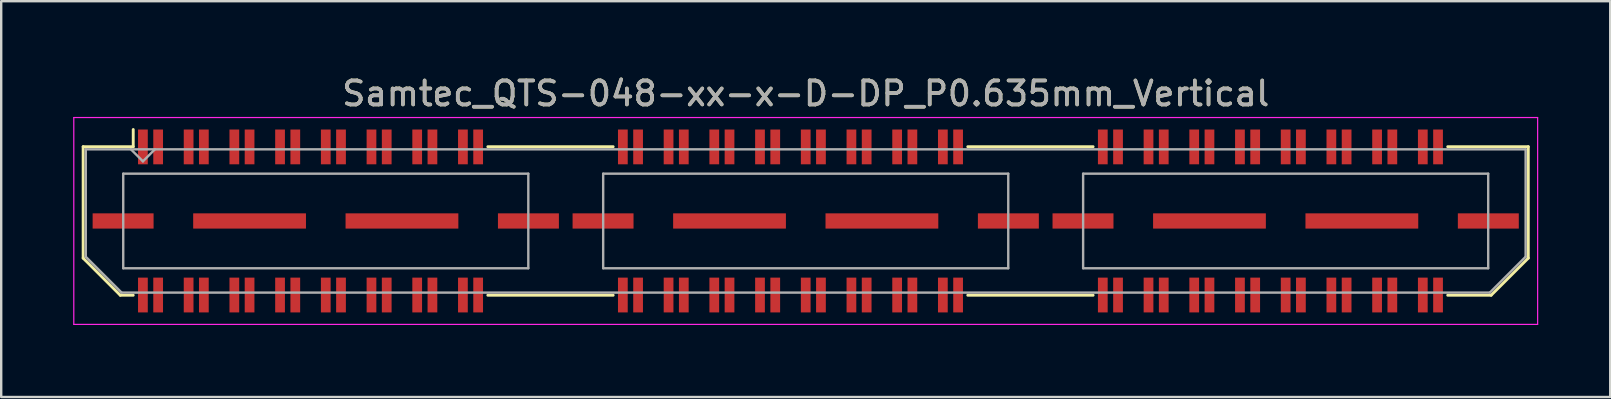
<source format=kicad_pcb>
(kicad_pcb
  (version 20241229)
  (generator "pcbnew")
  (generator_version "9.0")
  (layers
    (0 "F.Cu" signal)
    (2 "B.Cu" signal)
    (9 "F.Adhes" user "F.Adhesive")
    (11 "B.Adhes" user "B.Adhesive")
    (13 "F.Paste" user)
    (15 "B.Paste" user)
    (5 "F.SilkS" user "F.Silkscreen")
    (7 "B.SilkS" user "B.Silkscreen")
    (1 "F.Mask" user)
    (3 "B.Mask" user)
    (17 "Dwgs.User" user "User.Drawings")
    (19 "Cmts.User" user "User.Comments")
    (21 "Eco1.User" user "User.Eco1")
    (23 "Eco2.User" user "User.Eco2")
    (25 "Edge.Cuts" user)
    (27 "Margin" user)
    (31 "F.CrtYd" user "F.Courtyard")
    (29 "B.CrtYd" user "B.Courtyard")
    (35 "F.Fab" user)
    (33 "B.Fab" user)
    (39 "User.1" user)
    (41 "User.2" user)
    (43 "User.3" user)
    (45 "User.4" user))
  (footprint "Samtec_QTS-048-xx-x-D-DP_P0.635mm_Vertical"
    (layer "F.Cu")
    (at 30.525 6.158)
    (property "Reference" "Samtec_QTS-048-xx-x-D-DP_P0.635mm_Vertical" (at 0 -5.31 0) (layer "F.SilkS") (effects (font (size 1 1) (thickness 0.15))))
    (attr smd)
    (fp_line (start -30.11 -3.095) (end -30.11 1.548) (stroke (width 0.12) (type solid)) (layer "F.SilkS"))
    (fp_line (start -30.11 1.548) (end -28.562 3.095) (stroke (width 0.12) (type solid)) (layer "F.SilkS"))
    (fp_line (start -28.562 3.095) (end -28.023 3.095) (stroke (width 0.12) (type solid)) (layer "F.SilkS"))
    (fp_line (start -28.023 -3.811) (end -28.023 -3.095) (stroke (width 0.12) (type solid)) (layer "F.SilkS"))
    (fp_line (start -28.023 -3.095) (end -30.11 -3.095) (stroke (width 0.12) (type solid)) (layer "F.SilkS"))
    (fp_line (start -13.247 -3.095) (end -8.023 -3.095) (stroke (width 0.12) (type solid)) (layer "F.SilkS"))
    (fp_line (start -13.247 3.095) (end -8.023 3.095) (stroke (width 0.12) (type solid)) (layer "F.SilkS"))
    (fp_line (start 6.753 -3.095) (end 11.977 -3.095) (stroke (width 0.12) (type solid)) (layer "F.SilkS"))
    (fp_line (start 6.753 3.095) (end 11.977 3.095) (stroke (width 0.12) (type solid)) (layer "F.SilkS"))
    (fp_line (start 26.753 -3.095) (end 30.11 -3.095) (stroke (width 0.12) (type solid)) (layer "F.SilkS"))
    (fp_line (start 28.562 3.095) (end 26.753 3.095) (stroke (width 0.12) (type solid)) (layer "F.SilkS"))
    (fp_line (start 30.11 -3.095) (end 30.11 1.548) (stroke (width 0.12) (type solid)) (layer "F.SilkS"))
    (fp_line (start 30.11 1.548) (end 28.562 3.095) (stroke (width 0.12) (type solid)) (layer "F.SilkS"))
    (fp_line (start -30.5 -4.31) (end -30.5 4.31) (stroke (width 0.05) (type solid)) (layer "F.CrtYd"))
    (fp_line (start -30.5 4.31) (end 30.5 4.31) (stroke (width 0.05) (type solid)) (layer "F.CrtYd"))
    (fp_line (start 30.5 -4.31) (end -30.5 -4.31) (stroke (width 0.05) (type solid)) (layer "F.CrtYd"))
    (fp_line (start 30.5 4.31) (end 30.5 -4.31) (stroke (width 0.05) (type solid)) (layer "F.CrtYd"))
    (fp_line (start -30 -2.985) (end -30 1.492) (stroke (width 0.1) (type solid)) (layer "F.Fab"))
    (fp_line (start -30 -2.985) (end 30 -2.985) (stroke (width 0.1) (type solid)) (layer "F.Fab"))
    (fp_line (start -30 1.492) (end -28.508 2.985) (stroke (width 0.1) (type solid)) (layer "F.Fab"))
    (fp_line (start -28.508 2.985) (end 28.508 2.985) (stroke (width 0.1) (type solid)) (layer "F.Fab"))
    (fp_line (start -28.44 -1.97) (end -28.44 1.97) (stroke (width 0.1) (type solid)) (layer "F.Fab"))
    (fp_line (start -28.44 1.97) (end -11.56 1.97) (stroke (width 0.1) (type solid)) (layer "F.Fab"))
    (fp_line (start -27.62 -2.485) (end -28.12 -2.985) (stroke (width 0.1) (type solid)) (layer "F.Fab"))
    (fp_line (start -27.12 -2.985) (end -27.62 -2.485) (stroke (width 0.1) (type solid)) (layer "F.Fab"))
    (fp_line (start -11.56 -1.97) (end -28.44 -1.97) (stroke (width 0.1) (type solid)) (layer "F.Fab"))
    (fp_line (start -11.56 1.97) (end -11.56 -1.97) (stroke (width 0.1) (type solid)) (layer "F.Fab"))
    (fp_line (start -8.44 -1.97) (end -8.44 1.97) (stroke (width 0.1) (type solid)) (layer "F.Fab"))
    (fp_line (start -8.44 1.97) (end 8.44 1.97) (stroke (width 0.1) (type solid)) (layer "F.Fab"))
    (fp_line (start 8.44 -1.97) (end -8.44 -1.97) (stroke (width 0.1) (type solid)) (layer "F.Fab"))
    (fp_line (start 8.44 1.97) (end 8.44 -1.97) (stroke (width 0.1) (type solid)) (layer "F.Fab"))
    (fp_line (start 11.56 -1.97) (end 11.56 1.97) (stroke (width 0.1) (type solid)) (layer "F.Fab"))
    (fp_line (start 11.56 1.97) (end 28.44 1.97) (stroke (width 0.1) (type solid)) (layer "F.Fab"))
    (fp_line (start 28.44 -1.97) (end 11.56 -1.97) (stroke (width 0.1) (type solid)) (layer "F.Fab"))
    (fp_line (start 28.44 1.97) (end 28.44 -1.97) (stroke (width 0.1) (type solid)) (layer "F.Fab"))
    (fp_line (start 30 -2.985) (end 30 1.492) (stroke (width 0.1) (type solid)) (layer "F.Fab"))
    (fp_line (start 30 1.492) (end 28.508 2.985) (stroke (width 0.1) (type solid)) (layer "F.Fab"))
    (fp_text user "${REFERENCE}" (at 0 -5.31 0) (layer "F.Fab") (effects (font (size 1 1) (thickness 0.15))))
    (pad "1" smd rect (at -27.62 -3.086) (size 0.406 1.45) (layers "F.Cu" "F.Mask" "F.Paste"))
    (pad "2" smd rect (at -27.62 3.086) (size 0.406 1.45) (layers "F.Cu" "F.Mask" "F.Paste"))
    (pad "3" smd rect (at -26.985 -3.086) (size 0.406 1.45) (layers "F.Cu" "F.Mask" "F.Paste"))
    (pad "4" smd rect (at -26.985 3.086) (size 0.406 1.45) (layers "F.Cu" "F.Mask" "F.Paste"))
    (pad "5" smd rect (at -25.715 -3.086) (size 0.406 1.45) (layers "F.Cu" "F.Mask" "F.Paste"))
    (pad "6" smd rect (at -25.715 3.086) (size 0.406 1.45) (layers "F.Cu" "F.Mask" "F.Paste"))
    (pad "7" smd rect (at -25.08 -3.086) (size 0.406 1.45) (layers "F.Cu" "F.Mask" "F.Paste"))
    (pad "8" smd rect (at -25.08 3.086) (size 0.406 1.45) (layers "F.Cu" "F.Mask" "F.Paste"))
    (pad "9" smd rect (at -23.81 -3.086) (size 0.406 1.45) (layers "F.Cu" "F.Mask" "F.Paste"))
    (pad "10" smd rect (at -23.81 3.086) (size 0.406 1.45) (layers "F.Cu" "F.Mask" "F.Paste"))
    (pad "11" smd rect (at -23.175 -3.086) (size 0.406 1.45) (layers "F.Cu" "F.Mask" "F.Paste"))
    (pad "12" smd rect (at -23.175 3.086) (size 0.406 1.45) (layers "F.Cu" "F.Mask" "F.Paste"))
    (pad "13" smd rect (at -21.905 -3.086) (size 0.406 1.45) (layers "F.Cu" "F.Mask" "F.Paste"))
    (pad "14" smd rect (at -21.905 3.086) (size 0.406 1.45) (layers "F.Cu" "F.Mask" "F.Paste"))
    (pad "15" smd rect (at -21.27 -3.086) (size 0.406 1.45) (layers "F.Cu" "F.Mask" "F.Paste"))
    (pad "16" smd rect (at -21.27 3.086) (size 0.406 1.45) (layers "F.Cu" "F.Mask" "F.Paste"))
    (pad "17" smd rect (at -20 -3.086) (size 0.406 1.45) (layers "F.Cu" "F.Mask" "F.Paste"))
    (pad "18" smd rect (at -20 3.086) (size 0.406 1.45) (layers "F.Cu" "F.Mask" "F.Paste"))
    (pad "19" smd rect (at -19.365 -3.086) (size 0.406 1.45) (layers "F.Cu" "F.Mask" "F.Paste"))
    (pad "20" smd rect (at -19.365 3.086) (size 0.406 1.45) (layers "F.Cu" "F.Mask" "F.Paste"))
    (pad "21" smd rect (at -18.095 -3.086) (size 0.406 1.45) (layers "F.Cu" "F.Mask" "F.Paste"))
    (pad "22" smd rect (at -18.095 3.086) (size 0.406 1.45) (layers "F.Cu" "F.Mask" "F.Paste"))
    (pad "23" smd rect (at -17.46 -3.086) (size 0.406 1.45) (layers "F.Cu" "F.Mask" "F.Paste"))
    (pad "24" smd rect (at -17.46 3.086) (size 0.406 1.45) (layers "F.Cu" "F.Mask" "F.Paste"))
    (pad "25" smd rect (at -16.19 -3.086) (size 0.406 1.45) (layers "F.Cu" "F.Mask" "F.Paste"))
    (pad "26" smd rect (at -16.19 3.086) (size 0.406 1.45) (layers "F.Cu" "F.Mask" "F.Paste"))
    (pad "27" smd rect (at -15.555 -3.086) (size 0.406 1.45) (layers "F.Cu" "F.Mask" "F.Paste"))
    (pad "28" smd rect (at -15.555 3.086) (size 0.406 1.45) (layers "F.Cu" "F.Mask" "F.Paste"))
    (pad "29" smd rect (at -14.285 -3.086) (size 0.406 1.45) (layers "F.Cu" "F.Mask" "F.Paste"))
    (pad "30" smd rect (at -14.285 3.086) (size 0.406 1.45) (layers "F.Cu" "F.Mask" "F.Paste"))
    (pad "31" smd rect (at -13.65 -3.086) (size 0.406 1.45) (layers "F.Cu" "F.Mask" "F.Paste"))
    (pad "32" smd rect (at -13.65 3.086) (size 0.406 1.45) (layers "F.Cu" "F.Mask" "F.Paste"))
    (pad "33" smd rect (at -7.62 -3.086) (size 0.406 1.45) (layers "F.Cu" "F.Mask" "F.Paste"))
    (pad "34" smd rect (at -7.62 3.086) (size 0.406 1.45) (layers "F.Cu" "F.Mask" "F.Paste"))
    (pad "35" smd rect (at -6.985 -3.086) (size 0.406 1.45) (layers "F.Cu" "F.Mask" "F.Paste"))
    (pad "36" smd rect (at -6.985 3.086) (size 0.406 1.45) (layers "F.Cu" "F.Mask" "F.Paste"))
    (pad "37" smd rect (at -5.715 -3.086) (size 0.406 1.45) (layers "F.Cu" "F.Mask" "F.Paste"))
    (pad "38" smd rect (at -5.715 3.086) (size 0.406 1.45) (layers "F.Cu" "F.Mask" "F.Paste"))
    (pad "39" smd rect (at -5.08 -3.086) (size 0.406 1.45) (layers "F.Cu" "F.Mask" "F.Paste"))
    (pad "40" smd rect (at -5.08 3.086) (size 0.406 1.45) (layers "F.Cu" "F.Mask" "F.Paste"))
    (pad "41" smd rect (at -3.81 -3.086) (size 0.406 1.45) (layers "F.Cu" "F.Mask" "F.Paste"))
    (pad "42" smd rect (at -3.81 3.086) (size 0.406 1.45) (layers "F.Cu" "F.Mask" "F.Paste"))
    (pad "43" smd rect (at -3.175 -3.086) (size 0.406 1.45) (layers "F.Cu" "F.Mask" "F.Paste"))
    (pad "44" smd rect (at -3.175 3.086) (size 0.406 1.45) (layers "F.Cu" "F.Mask" "F.Paste"))
    (pad "45" smd rect (at -1.905 -3.086) (size 0.406 1.45) (layers "F.Cu" "F.Mask" "F.Paste"))
    (pad "46" smd rect (at -1.905 3.086) (size 0.406 1.45) (layers "F.Cu" "F.Mask" "F.Paste"))
    (pad "47" smd rect (at -1.27 -3.086) (size 0.406 1.45) (layers "F.Cu" "F.Mask" "F.Paste"))
    (pad "48" smd rect (at -1.27 3.086) (size 0.406 1.45) (layers "F.Cu" "F.Mask" "F.Paste"))
    (pad "49" smd rect (at 0 -3.086) (size 0.406 1.45) (layers "F.Cu" "F.Mask" "F.Paste"))
    (pad "50" smd rect (at 0 3.086) (size 0.406 1.45) (layers "F.Cu" "F.Mask" "F.Paste"))
    (pad "51" smd rect (at 0.635 -3.086) (size 0.406 1.45) (layers "F.Cu" "F.Mask" "F.Paste"))
    (pad "52" smd rect (at 0.635 3.086) (size 0.406 1.45) (layers "F.Cu" "F.Mask" "F.Paste"))
    (pad "53" smd rect (at 1.905 -3.086) (size 0.406 1.45) (layers "F.Cu" "F.Mask" "F.Paste"))
    (pad "54" smd rect (at 1.905 3.086) (size 0.406 1.45) (layers "F.Cu" "F.Mask" "F.Paste"))
    (pad "55" smd rect (at 2.54 -3.086) (size 0.406 1.45) (layers "F.Cu" "F.Mask" "F.Paste"))
    (pad "56" smd rect (at 2.54 3.086) (size 0.406 1.45) (layers "F.Cu" "F.Mask" "F.Paste"))
    (pad "57" smd rect (at 3.81 -3.086) (size 0.406 1.45) (layers "F.Cu" "F.Mask" "F.Paste"))
    (pad "58" smd rect (at 3.81 3.086) (size 0.406 1.45) (layers "F.Cu" "F.Mask" "F.Paste"))
    (pad "59" smd rect (at 4.445 -3.086) (size 0.406 1.45) (layers "F.Cu" "F.Mask" "F.Paste"))
    (pad "60" smd rect (at 4.445 3.086) (size 0.406 1.45) (layers "F.Cu" "F.Mask" "F.Paste"))
    (pad "61" smd rect (at 5.715 -3.086) (size 0.406 1.45) (layers "F.Cu" "F.Mask" "F.Paste"))
    (pad "62" smd rect (at 5.715 3.086) (size 0.406 1.45) (layers "F.Cu" "F.Mask" "F.Paste"))
    (pad "63" smd rect (at 6.35 -3.086) (size 0.406 1.45) (layers "F.Cu" "F.Mask" "F.Paste"))
    (pad "64" smd rect (at 6.35 3.086) (size 0.406 1.45) (layers "F.Cu" "F.Mask" "F.Paste"))
    (pad "65" smd rect (at 12.38 -3.086) (size 0.406 1.45) (layers "F.Cu" "F.Mask" "F.Paste"))
    (pad "66" smd rect (at 12.38 3.086) (size 0.406 1.45) (layers "F.Cu" "F.Mask" "F.Paste"))
    (pad "67" smd rect (at 13.015 -3.086) (size 0.406 1.45) (layers "F.Cu" "F.Mask" "F.Paste"))
    (pad "68" smd rect (at 13.015 3.086) (size 0.406 1.45) (layers "F.Cu" "F.Mask" "F.Paste"))
    (pad "69" smd rect (at 14.285 -3.086) (size 0.406 1.45) (layers "F.Cu" "F.Mask" "F.Paste"))
    (pad "70" smd rect (at 14.285 3.086) (size 0.406 1.45) (layers "F.Cu" "F.Mask" "F.Paste"))
    (pad "71" smd rect (at 14.92 -3.086) (size 0.406 1.45) (layers "F.Cu" "F.Mask" "F.Paste"))
    (pad "72" smd rect (at 14.92 3.086) (size 0.406 1.45) (layers "F.Cu" "F.Mask" "F.Paste"))
    (pad "73" smd rect (at 16.19 -3.086) (size 0.406 1.45) (layers "F.Cu" "F.Mask" "F.Paste"))
    (pad "74" smd rect (at 16.19 3.086) (size 0.406 1.45) (layers "F.Cu" "F.Mask" "F.Paste"))
    (pad "75" smd rect (at 16.825 -3.086) (size 0.406 1.45) (layers "F.Cu" "F.Mask" "F.Paste"))
    (pad "76" smd rect (at 16.825 3.086) (size 0.406 1.45) (layers "F.Cu" "F.Mask" "F.Paste"))
    (pad "77" smd rect (at 18.095 -3.086) (size 0.406 1.45) (layers "F.Cu" "F.Mask" "F.Paste"))
    (pad "78" smd rect (at 18.095 3.086) (size 0.406 1.45) (layers "F.Cu" "F.Mask" "F.Paste"))
    (pad "79" smd rect (at 18.73 -3.086) (size 0.406 1.45) (layers "F.Cu" "F.Mask" "F.Paste"))
    (pad "80" smd rect (at 18.73 3.086) (size 0.406 1.45) (layers "F.Cu" "F.Mask" "F.Paste"))
    (pad "81" smd rect (at 20 -3.086) (size 0.406 1.45) (layers "F.Cu" "F.Mask" "F.Paste"))
    (pad "82" smd rect (at 20 3.086) (size 0.406 1.45) (layers "F.Cu" "F.Mask" "F.Paste"))
    (pad "83" smd rect (at 20.635 -3.086) (size 0.406 1.45) (layers "F.Cu" "F.Mask" "F.Paste"))
    (pad "84" smd rect (at 20.635 3.086) (size 0.406 1.45) (layers "F.Cu" "F.Mask" "F.Paste"))
    (pad "85" smd rect (at 21.905 -3.086) (size 0.406 1.45) (layers "F.Cu" "F.Mask" "F.Paste"))
    (pad "86" smd rect (at 21.905 3.086) (size 0.406 1.45) (layers "F.Cu" "F.Mask" "F.Paste"))
    (pad "87" smd rect (at 22.54 -3.086) (size 0.406 1.45) (layers "F.Cu" "F.Mask" "F.Paste"))
    (pad "88" smd rect (at 22.54 3.086) (size 0.406 1.45) (layers "F.Cu" "F.Mask" "F.Paste"))
    (pad "89" smd rect (at 23.81 -3.086) (size 0.406 1.45) (layers "F.Cu" "F.Mask" "F.Paste"))
    (pad "90" smd rect (at 23.81 3.086) (size 0.406 1.45) (layers "F.Cu" "F.Mask" "F.Paste"))
    (pad "91" smd rect (at 24.445 -3.086) (size 0.406 1.45) (layers "F.Cu" "F.Mask" "F.Paste"))
    (pad "92" smd rect (at 24.445 3.086) (size 0.406 1.45) (layers "F.Cu" "F.Mask" "F.Paste"))
    (pad "93" smd rect (at 25.715 -3.086) (size 0.406 1.45) (layers "F.Cu" "F.Mask" "F.Paste"))
    (pad "94" smd rect (at 25.715 3.086) (size 0.406 1.45) (layers "F.Cu" "F.Mask" "F.Paste"))
    (pad "95" smd rect (at 26.35 -3.086) (size 0.406 1.45) (layers "F.Cu" "F.Mask" "F.Paste"))
    (pad "96" smd rect (at 26.35 3.086) (size 0.406 1.45) (layers "F.Cu" "F.Mask" "F.Paste"))
    (pad "P1" smd rect (at -28.445 0) (size 2.54 0.635) (layers "F.Cu" "F.Mask" "F.Paste"))
    (pad "P1" smd rect (at -23.175 0) (size 4.7 0.635) (layers "F.Cu" "F.Mask" "F.Paste"))
    (pad "P1" smd rect (at -16.825 0) (size 4.7 0.635) (layers "F.Cu" "F.Mask" "F.Paste"))
    (pad "P1" smd rect (at -11.555 0) (size 2.54 0.635) (layers "F.Cu" "F.Mask" "F.Paste"))
    (pad "P2" smd rect (at -8.445 0) (size 2.54 0.635) (layers "F.Cu" "F.Mask" "F.Paste"))
    (pad "P2" smd rect (at -3.175 0) (size 4.7 0.635) (layers "F.Cu" "F.Mask" "F.Paste"))
    (pad "P2" smd rect (at 3.175 0) (size 4.7 0.635) (layers "F.Cu" "F.Mask" "F.Paste"))
    (pad "P2" smd rect (at 8.445 0) (size 2.54 0.635) (layers "F.Cu" "F.Mask" "F.Paste"))
    (pad "P3" smd rect (at 11.555 0) (size 2.54 0.635) (layers "F.Cu" "F.Mask" "F.Paste"))
    (pad "P3" smd rect (at 16.825 0) (size 4.7 0.635) (layers "F.Cu" "F.Mask" "F.Paste"))
    (pad "P3" smd rect (at 23.175 0) (size 4.7 0.635) (layers "F.Cu" "F.Mask" "F.Paste"))
    (pad "P3" smd rect (at 28.445 0) (size 2.54 0.635) (layers "F.Cu" "F.Mask" "F.Paste")))
  (gr_rect
    (start -3 -3)
    (end 64.05 13.493)
    (stroke (width 0.1) (type default))
    (fill no)
    (layer "Edge.Cuts")))
</source>
